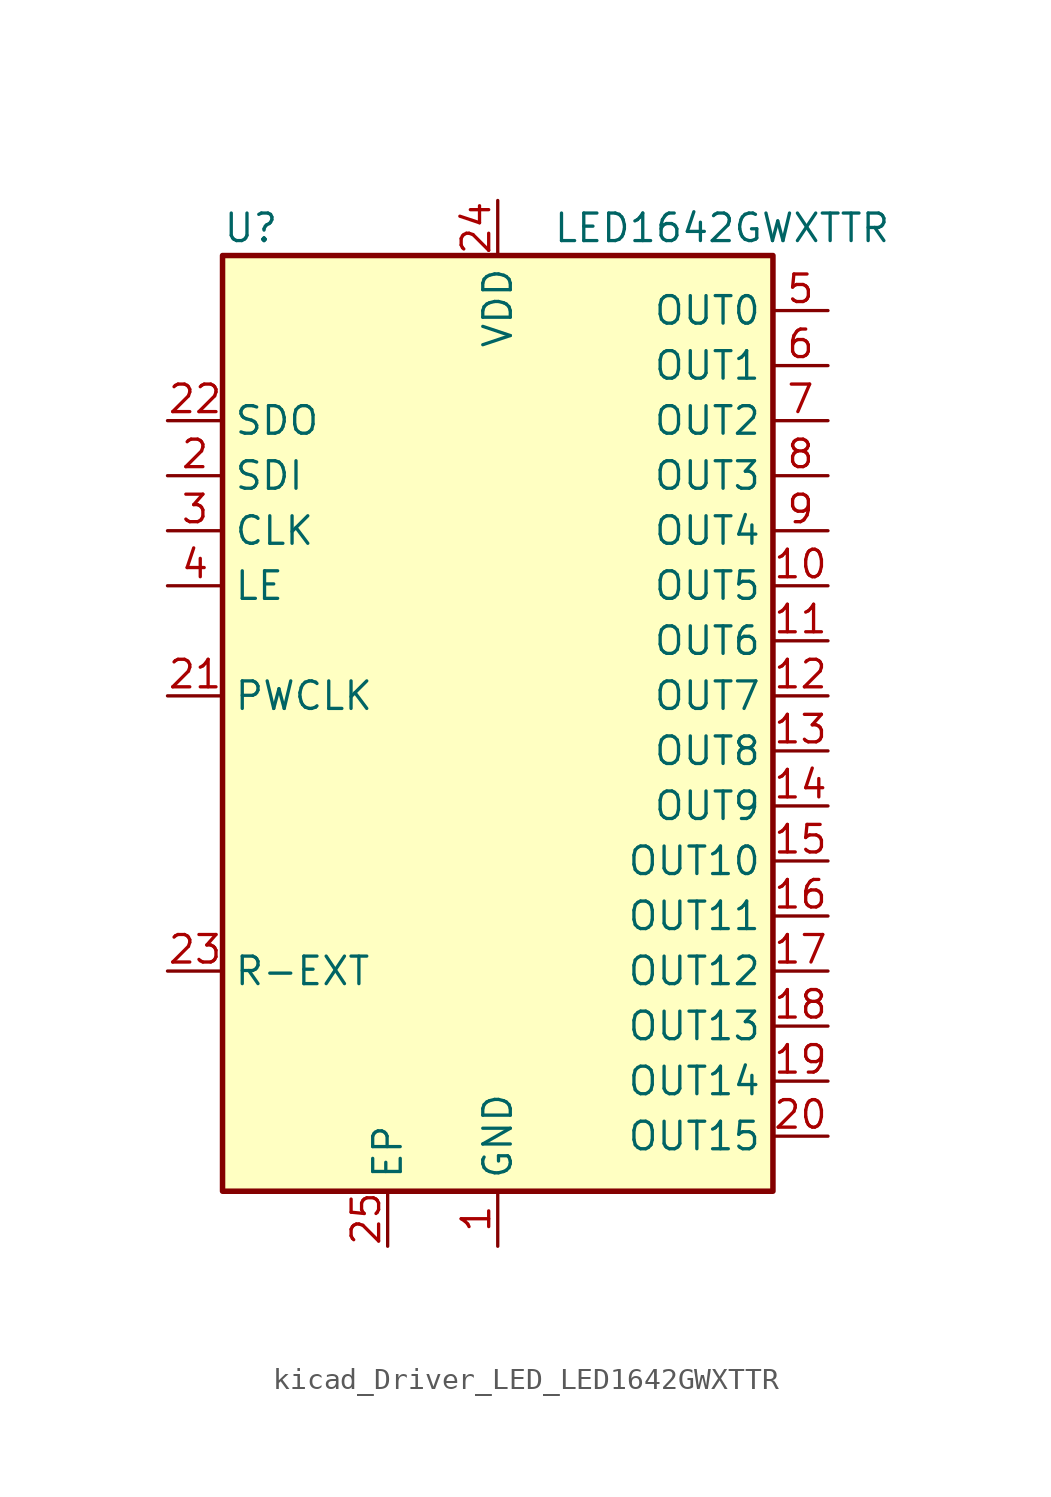
<source format=kicad_sym>
(kicad_symbol_lib
  (version 20220914)
  (generator kicad_symbol_editor)
  (symbol "kicad_Driver_LED_LED1642GWXTTR"
    (property "Reference" "U"
      (at -12.7 21.59 0)
      (effects (font (size 1.27 1.27)) (justify left)))
    (property "Value" "LED1642GWXTTR"
      (at 2.54 21.59 0)
      (effects (font (size 1.27 1.27)) (justify left)))
    (symbol "kicad_Driver_LED_LED1642GWXTTR_0_1"
      (rectangle (start -12.7 20.32) (end 12.7 -22.86) (stroke (width 0.254) (type default)) (fill (type background))))
    (symbol "kicad_Driver_LED_LED1642GWXTTR_1_1"
      (pin power_in line (at 0 -25.4 90) (length 2.54) (name "GND" (effects (font (size 1.27 1.27)))) (number "1" (effects (font (size 1.27 1.27)))))
      (pin output line (at 15.24 5.08 180) (length 2.54) (name "OUT5" (effects (font (size 1.27 1.27)))) (number "10" (effects (font (size 1.27 1.27)))))
      (pin output line (at 15.24 2.54 180) (length 2.54) (name "OUT6" (effects (font (size 1.27 1.27)))) (number "11" (effects (font (size 1.27 1.27)))))
      (pin output line (at 15.24 0 180) (length 2.54) (name "OUT7" (effects (font (size 1.27 1.27)))) (number "12" (effects (font (size 1.27 1.27)))))
      (pin output line (at 15.24 -2.54 180) (length 2.54) (name "OUT8" (effects (font (size 1.27 1.27)))) (number "13" (effects (font (size 1.27 1.27)))))
      (pin output line (at 15.24 -5.08 180) (length 2.54) (name "OUT9" (effects (font (size 1.27 1.27)))) (number "14" (effects (font (size 1.27 1.27)))))
      (pin output line (at 15.24 -7.62 180) (length 2.54) (name "OUT10" (effects (font (size 1.27 1.27)))) (number "15" (effects (font (size 1.27 1.27)))))
      (pin output line (at 15.24 -10.16 180) (length 2.54) (name "OUT11" (effects (font (size 1.27 1.27)))) (number "16" (effects (font (size 1.27 1.27)))))
      (pin output line (at 15.24 -12.7 180) (length 2.54) (name "OUT12" (effects (font (size 1.27 1.27)))) (number "17" (effects (font (size 1.27 1.27)))))
      (pin output line (at 15.24 -15.24 180) (length 2.54) (name "OUT13" (effects (font (size 1.27 1.27)))) (number "18" (effects (font (size 1.27 1.27)))))
      (pin output line (at 15.24 -17.78 180) (length 2.54) (name "OUT14" (effects (font (size 1.27 1.27)))) (number "19" (effects (font (size 1.27 1.27)))))
      (pin input line (at -15.24 10.16 0) (length 2.54) (name "SDI" (effects (font (size 1.27 1.27)))) (number "2" (effects (font (size 1.27 1.27)))))
      (pin output line (at 15.24 -20.32 180) (length 2.54) (name "OUT15" (effects (font (size 1.27 1.27)))) (number "20" (effects (font (size 1.27 1.27)))))
      (pin input line (at -15.24 0 0) (length 2.54) (name "PWCLK" (effects (font (size 1.27 1.27)))) (number "21" (effects (font (size 1.27 1.27)))))
      (pin output line (at -15.24 12.7 0) (length 2.54) (name "SDO" (effects (font (size 1.27 1.27)))) (number "22" (effects (font (size 1.27 1.27)))))
      (pin passive line (at -15.24 -12.7 0) (length 2.54) (name "R-EXT" (effects (font (size 1.27 1.27)))) (number "23" (effects (font (size 1.27 1.27)))))
      (pin power_in line (at 0 22.86 270) (length 2.54) (name "VDD" (effects (font (size 1.27 1.27)))) (number "24" (effects (font (size 1.27 1.27)))))
      (pin passive line (at -5.08 -25.4 90) (length 2.54) (name "EP" (effects (font (size 1.27 1.27)))) (number "25" (effects (font (size 1.27 1.27)))))
      (pin input line (at -15.24 7.62 0) (length 2.54) (name "CLK" (effects (font (size 1.27 1.27)))) (number "3" (effects (font (size 1.27 1.27)))))
      (pin input line (at -15.24 5.08 0) (length 2.54) (name "LE" (effects (font (size 1.27 1.27)))) (number "4" (effects (font (size 1.27 1.27)))))
      (pin output line (at 15.24 17.78 180) (length 2.54) (name "OUT0" (effects (font (size 1.27 1.27)))) (number "5" (effects (font (size 1.27 1.27)))))
      (pin output line (at 15.24 15.24 180) (length 2.54) (name "OUT1" (effects (font (size 1.27 1.27)))) (number "6" (effects (font (size 1.27 1.27)))))
      (pin output line (at 15.24 12.7 180) (length 2.54) (name "OUT2" (effects (font (size 1.27 1.27)))) (number "7" (effects (font (size 1.27 1.27)))))
      (pin output line (at 15.24 10.16 180) (length 2.54) (name "OUT3" (effects (font (size 1.27 1.27)))) (number "8" (effects (font (size 1.27 1.27)))))
      (pin output line (at 15.24 7.62 180) (length 2.54) (name "OUT4" (effects (font (size 1.27 1.27)))) (number "9" (effects (font (size 1.27 1.27))))))))
</source>
